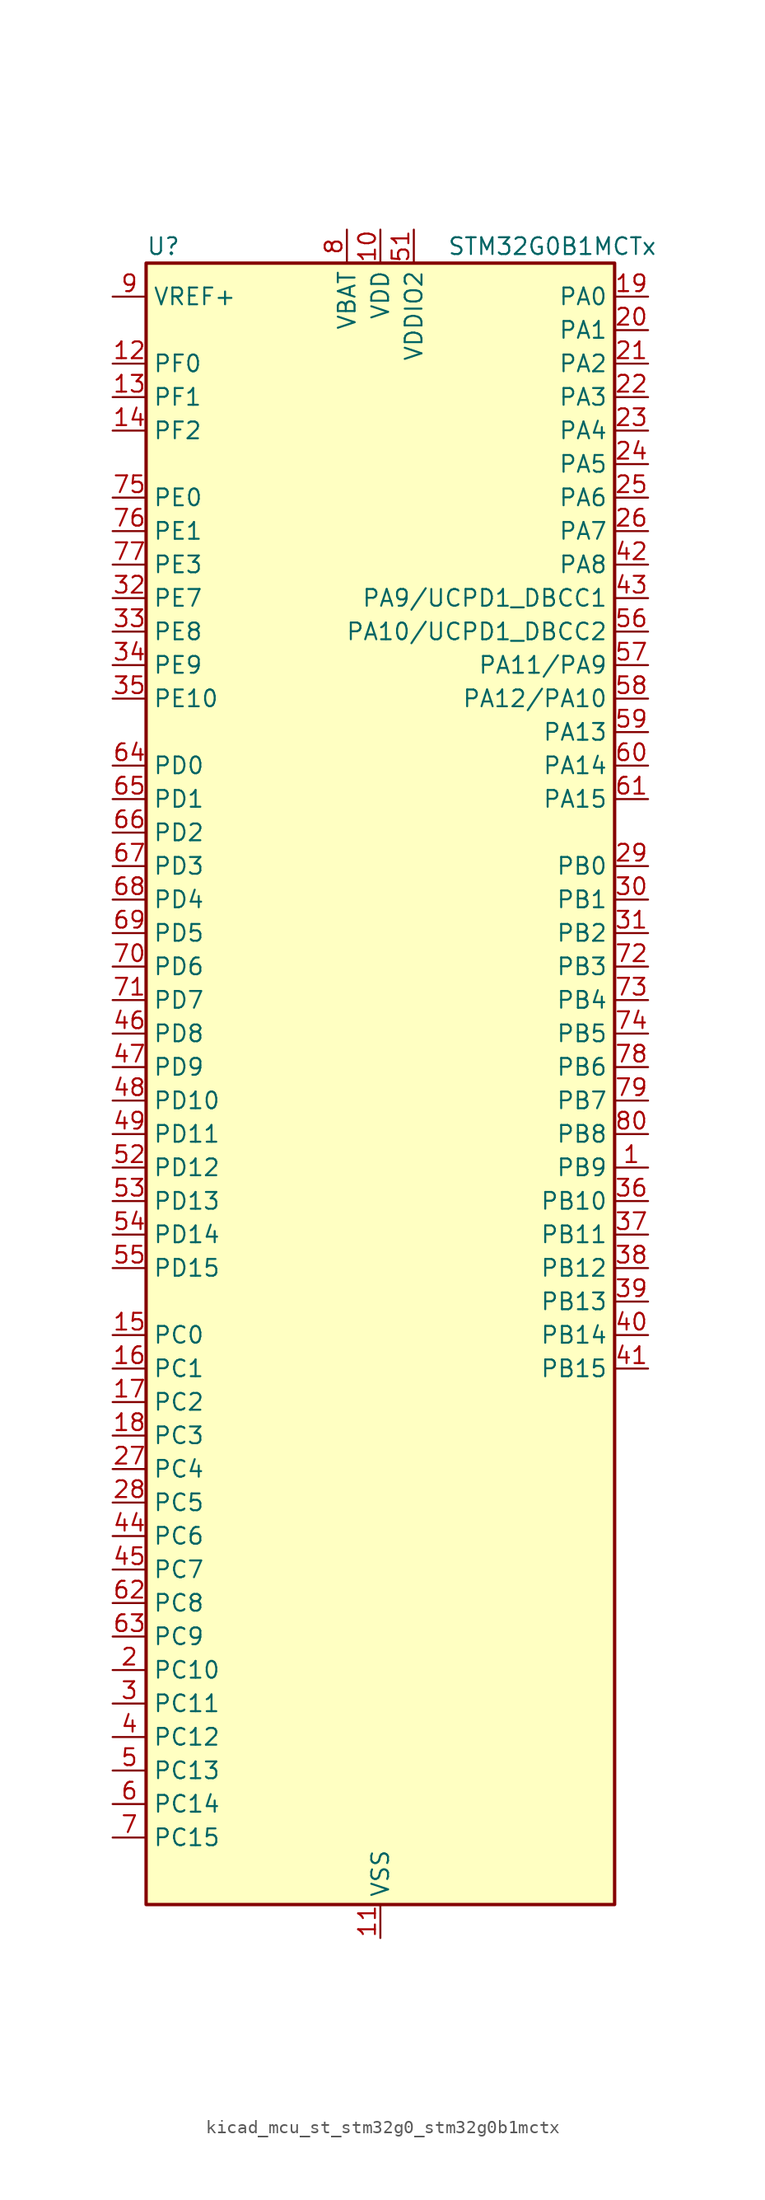
<source format=kicad_sym>
(kicad_symbol_lib
  (version 20220914)
  (generator kicad_symbol_editor)
  (symbol "kicad_mcu_st_stm32g0_stm32g0b1mctx"
    (property "Reference" "U"
      (at -17.78 64.77 0)
      (effects (font (size 1.27 1.27)) (justify left)))
    (property "Value" "STM32G0B1MCTx"
      (at 5.08 64.77 0)
      (effects (font (size 1.27 1.27)) (justify left)))
    (property "ki_locked" ""
      (at 0 0 0)
      (effects (font (size 1.27 1.27))))
    (symbol "kicad_mcu_st_stm32g0_stm32g0b1mctx_0_1"
      (rectangle (start -17.78 -60.96) (end 17.78 63.5) (stroke (width 0.254) (type default)) (fill (type background))))
    (symbol "kicad_mcu_st_stm32g0_stm32g0b1mctx_1_1"
      (pin bidirectional line (at 20.32 -5.08 180) (length 2.54) (name "PB9" (effects (font (size 1.27 1.27)))) (number "1" (effects (font (size 1.27 1.27)))) (alternate "DAC1_EXTI9" bidirectional line) (alternate "FDCAN1_TX" bidirectional line) (alternate "I2C1_SDA" bidirectional line) (alternate "I2S2_WS" bidirectional line) (alternate "IR_OUT" bidirectional line) (alternate "SPI2_NSS" bidirectional line) (alternate "TIM17_CH1" bidirectional line) (alternate "TIM4_CH4" bidirectional line) (alternate "UCPD2_FRSTX1" bidirectional line) (alternate "UCPD2_FRSTX2" bidirectional line) (alternate "USART3_RX" bidirectional line) (alternate "USART6_RX" bidirectional line))
      (pin power_in line (at 0 66.04 270) (length 2.54) (name "VDD" (effects (font (size 1.27 1.27)))) (number "10" (effects (font (size 1.27 1.27)))))
      (pin power_in line (at 0 -63.5 90) (length 2.54) (name "VSS" (effects (font (size 1.27 1.27)))) (number "11" (effects (font (size 1.27 1.27)))))
      (pin bidirectional line (at -20.32 55.88 0) (length 2.54) (name "PF0" (effects (font (size 1.27 1.27)))) (number "12" (effects (font (size 1.27 1.27)))) (alternate "CRS1_SYNC" bidirectional line) (alternate "RCC_OSC_IN" bidirectional line) (alternate "TIM14_CH1" bidirectional line))
      (pin bidirectional line (at -20.32 53.34 0) (length 2.54) (name "PF1" (effects (font (size 1.27 1.27)))) (number "13" (effects (font (size 1.27 1.27)))) (alternate "RCC_OSC_EN" bidirectional line) (alternate "RCC_OSC_OUT" bidirectional line) (alternate "TIM15_CH1N" bidirectional line))
      (pin bidirectional line (at -20.32 50.8 0) (length 2.54) (name "PF2" (effects (font (size 1.27 1.27)))) (number "14" (effects (font (size 1.27 1.27)))) (alternate "LPUART2_DE" bidirectional line) (alternate "LPUART2_RTS" bidirectional line) (alternate "LPUART2_TX" bidirectional line) (alternate "RCC_MCO" bidirectional line))
      (pin bidirectional line (at -20.32 -17.78 0) (length 2.54) (name "PC0" (effects (font (size 1.27 1.27)))) (number "15" (effects (font (size 1.27 1.27)))) (alternate "COMP3_INM" bidirectional line) (alternate "COMP3_OUT" bidirectional line) (alternate "I2C3_SCL" bidirectional line) (alternate "LPTIM1_IN1" bidirectional line) (alternate "LPTIM2_IN1" bidirectional line) (alternate "LPUART1_RX" bidirectional line) (alternate "LPUART2_TX" bidirectional line) (alternate "USART6_TX" bidirectional line))
      (pin bidirectional line (at -20.32 -20.32 0) (length 2.54) (name "PC1" (effects (font (size 1.27 1.27)))) (number "16" (effects (font (size 1.27 1.27)))) (alternate "COMP3_INP" bidirectional line) (alternate "I2C3_SDA" bidirectional line) (alternate "LPTIM1_OUT" bidirectional line) (alternate "LPUART1_TX" bidirectional line) (alternate "LPUART2_RX" bidirectional line) (alternate "TIM15_CH1" bidirectional line) (alternate "USART6_RX" bidirectional line))
      (pin bidirectional line (at -20.32 -22.86 0) (length 2.54) (name "PC2" (effects (font (size 1.27 1.27)))) (number "17" (effects (font (size 1.27 1.27)))) (alternate "COMP3_OUT" bidirectional line) (alternate "FDCAN2_RX" bidirectional line) (alternate "I2S2_MCK" bidirectional line) (alternate "LPTIM1_IN2" bidirectional line) (alternate "SPI2_MISO" bidirectional line) (alternate "TIM15_CH2" bidirectional line))
      (pin bidirectional line (at -20.32 -25.4 0) (length 2.54) (name "PC3" (effects (font (size 1.27 1.27)))) (number "18" (effects (font (size 1.27 1.27)))) (alternate "FDCAN2_TX" bidirectional line) (alternate "I2S2_SD" bidirectional line) (alternate "LPTIM1_ETR" bidirectional line) (alternate "LPTIM2_ETR" bidirectional line) (alternate "SPI2_MOSI" bidirectional line))
      (pin bidirectional line (at 20.32 60.96 180) (length 2.54) (name "PA0" (effects (font (size 1.27 1.27)))) (number "19" (effects (font (size 1.27 1.27)))) (alternate "ADC1_IN0" bidirectional line) (alternate "COMP1_INM" bidirectional line) (alternate "COMP1_OUT" bidirectional line) (alternate "I2S2_CK" bidirectional line) (alternate "LPTIM1_OUT" bidirectional line) (alternate "RTC_TAMP_IN2" bidirectional line) (alternate "SPI2_SCK" bidirectional line) (alternate "SYS_WKUP1" bidirectional line) (alternate "TIM2_CH1" bidirectional line) (alternate "TIM2_ETR" bidirectional line) (alternate "UCPD2_FRSTX1" bidirectional line) (alternate "UCPD2_FRSTX2" bidirectional line) (alternate "USART2_CTS" bidirectional line) (alternate "USART2_NSS" bidirectional line) (alternate "USART4_TX" bidirectional line))
      (pin bidirectional line (at -20.32 -43.18 0) (length 2.54) (name "PC10" (effects (font (size 1.27 1.27)))) (number "2" (effects (font (size 1.27 1.27)))) (alternate "SPI3_SCK" bidirectional line) (alternate "TIM1_CH3" bidirectional line) (alternate "USART3_TX" bidirectional line) (alternate "USART4_TX" bidirectional line))
      (pin bidirectional line (at 20.32 58.42 180) (length 2.54) (name "PA1" (effects (font (size 1.27 1.27)))) (number "20" (effects (font (size 1.27 1.27)))) (alternate "ADC1_IN1" bidirectional line) (alternate "COMP1_INP" bidirectional line) (alternate "I2C1_SMBA" bidirectional line) (alternate "I2S1_CK" bidirectional line) (alternate "SPI1_SCK" bidirectional line) (alternate "TIM15_CH1N" bidirectional line) (alternate "TIM2_CH2" bidirectional line) (alternate "USART2_CK" bidirectional line) (alternate "USART2_DE" bidirectional line) (alternate "USART2_RTS" bidirectional line) (alternate "USART4_RX" bidirectional line))
      (pin bidirectional line (at 20.32 55.88 180) (length 2.54) (name "PA2" (effects (font (size 1.27 1.27)))) (number "21" (effects (font (size 1.27 1.27)))) (alternate "ADC1_IN2" bidirectional line) (alternate "COMP2_INM" bidirectional line) (alternate "COMP2_OUT" bidirectional line) (alternate "I2S1_SD" bidirectional line) (alternate "LPUART1_TX" bidirectional line) (alternate "RCC_LSCO" bidirectional line) (alternate "SPI1_MOSI" bidirectional line) (alternate "SYS_WKUP4" bidirectional line) (alternate "TIM15_CH1" bidirectional line) (alternate "TIM2_CH3" bidirectional line) (alternate "UCPD1_FRSTX1" bidirectional line) (alternate "UCPD1_FRSTX2" bidirectional line) (alternate "USART2_TX" bidirectional line))
      (pin bidirectional line (at 20.32 53.34 180) (length 2.54) (name "PA3" (effects (font (size 1.27 1.27)))) (number "22" (effects (font (size 1.27 1.27)))) (alternate "ADC1_IN3" bidirectional line) (alternate "COMP2_INP" bidirectional line) (alternate "I2S2_MCK" bidirectional line) (alternate "LPUART1_RX" bidirectional line) (alternate "SPI2_MISO" bidirectional line) (alternate "TIM15_CH2" bidirectional line) (alternate "TIM2_CH4" bidirectional line) (alternate "UCPD2_FRSTX1" bidirectional line) (alternate "UCPD2_FRSTX2" bidirectional line) (alternate "USART2_RX" bidirectional line))
      (pin bidirectional line (at 20.32 50.8 180) (length 2.54) (name "PA4" (effects (font (size 1.27 1.27)))) (number "23" (effects (font (size 1.27 1.27)))) (alternate "ADC1_IN4" bidirectional line) (alternate "DAC1_OUT1" bidirectional line) (alternate "I2S1_WS" bidirectional line) (alternate "I2S2_SD" bidirectional line) (alternate "LPTIM2_OUT" bidirectional line) (alternate "RTC_OUT2" bidirectional line) (alternate "SPI1_NSS" bidirectional line) (alternate "SPI2_MOSI" bidirectional line) (alternate "SPI3_NSS" bidirectional line) (alternate "TIM14_CH1" bidirectional line) (alternate "UCPD2_FRSTX1" bidirectional line) (alternate "UCPD2_FRSTX2" bidirectional line) (alternate "USART6_TX" bidirectional line) (alternate "USB_NOE" bidirectional line))
      (pin bidirectional line (at 20.32 48.26 180) (length 2.54) (name "PA5" (effects (font (size 1.27 1.27)))) (number "24" (effects (font (size 1.27 1.27)))) (alternate "ADC1_IN5" bidirectional line) (alternate "CEC" bidirectional line) (alternate "DAC1_OUT2" bidirectional line) (alternate "I2S1_CK" bidirectional line) (alternate "LPTIM2_ETR" bidirectional line) (alternate "SPI1_SCK" bidirectional line) (alternate "TIM2_CH1" bidirectional line) (alternate "TIM2_ETR" bidirectional line) (alternate "UCPD1_FRSTX1" bidirectional line) (alternate "UCPD1_FRSTX2" bidirectional line) (alternate "USART3_TX" bidirectional line) (alternate "USART6_RX" bidirectional line))
      (pin bidirectional line (at 20.32 45.72 180) (length 2.54) (name "PA6" (effects (font (size 1.27 1.27)))) (number "25" (effects (font (size 1.27 1.27)))) (alternate "ADC1_IN6" bidirectional line) (alternate "COMP1_OUT" bidirectional line) (alternate "I2C2_SDA" bidirectional line) (alternate "I2C3_SDA" bidirectional line) (alternate "I2S1_MCK" bidirectional line) (alternate "LPUART1_CTS" bidirectional line) (alternate "SPI1_MISO" bidirectional line) (alternate "TIM16_CH1" bidirectional line) (alternate "TIM1_BK" bidirectional line) (alternate "TIM3_CH1" bidirectional line) (alternate "USART3_CTS" bidirectional line) (alternate "USART3_NSS" bidirectional line) (alternate "USART6_CTS" bidirectional line) (alternate "USART6_NSS" bidirectional line))
      (pin bidirectional line (at 20.32 43.18 180) (length 2.54) (name "PA7" (effects (font (size 1.27 1.27)))) (number "26" (effects (font (size 1.27 1.27)))) (alternate "ADC1_IN7" bidirectional line) (alternate "COMP2_OUT" bidirectional line) (alternate "I2C2_SCL" bidirectional line) (alternate "I2C3_SCL" bidirectional line) (alternate "I2S1_SD" bidirectional line) (alternate "SPI1_MOSI" bidirectional line) (alternate "TIM14_CH1" bidirectional line) (alternate "TIM17_CH1" bidirectional line) (alternate "TIM1_CH1N" bidirectional line) (alternate "TIM3_CH2" bidirectional line) (alternate "UCPD1_FRSTX1" bidirectional line) (alternate "UCPD1_FRSTX2" bidirectional line) (alternate "USART6_CK" bidirectional line) (alternate "USART6_DE" bidirectional line) (alternate "USART6_RTS" bidirectional line))
      (pin bidirectional line (at -20.32 -27.94 0) (length 2.54) (name "PC4" (effects (font (size 1.27 1.27)))) (number "27" (effects (font (size 1.27 1.27)))) (alternate "ADC1_IN17" bidirectional line) (alternate "COMP1_INM" bidirectional line) (alternate "FDCAN1_RX" bidirectional line) (alternate "TIM2_CH1" bidirectional line) (alternate "TIM2_ETR" bidirectional line) (alternate "USART1_TX" bidirectional line) (alternate "USART3_TX" bidirectional line))
      (pin bidirectional line (at -20.32 -30.48 0) (length 2.54) (name "PC5" (effects (font (size 1.27 1.27)))) (number "28" (effects (font (size 1.27 1.27)))) (alternate "ADC1_IN18" bidirectional line) (alternate "COMP1_INP" bidirectional line) (alternate "FDCAN1_TX" bidirectional line) (alternate "SYS_WKUP5" bidirectional line) (alternate "TIM2_CH2" bidirectional line) (alternate "USART1_RX" bidirectional line) (alternate "USART3_RX" bidirectional line))
      (pin bidirectional line (at 20.32 17.78 180) (length 2.54) (name "PB0" (effects (font (size 1.27 1.27)))) (number "29" (effects (font (size 1.27 1.27)))) (alternate "ADC1_IN8" bidirectional line) (alternate "COMP1_OUT" bidirectional line) (alternate "COMP3_INP" bidirectional line) (alternate "FDCAN2_RX" bidirectional line) (alternate "I2S1_WS" bidirectional line) (alternate "LPTIM1_OUT" bidirectional line) (alternate "LPUART2_CTS" bidirectional line) (alternate "SPI1_NSS" bidirectional line) (alternate "TIM1_CH2N" bidirectional line) (alternate "TIM3_CH3" bidirectional line) (alternate "UCPD1_FRSTX1" bidirectional line) (alternate "UCPD1_FRSTX2" bidirectional line) (alternate "USART3_RX" bidirectional line) (alternate "USART5_TX" bidirectional line))
      (pin bidirectional line (at -20.32 -45.72 0) (length 2.54) (name "PC11" (effects (font (size 1.27 1.27)))) (number "3" (effects (font (size 1.27 1.27)))) (alternate "ADC1_EXTI11" bidirectional line) (alternate "SPI3_MISO" bidirectional line) (alternate "TIM1_CH4" bidirectional line) (alternate "USART3_RX" bidirectional line) (alternate "USART4_RX" bidirectional line))
      (pin bidirectional line (at 20.32 15.24 180) (length 2.54) (name "PB1" (effects (font (size 1.27 1.27)))) (number "30" (effects (font (size 1.27 1.27)))) (alternate "ADC1_IN9" bidirectional line) (alternate "COMP1_INM" bidirectional line) (alternate "COMP3_OUT" bidirectional line) (alternate "FDCAN2_TX" bidirectional line) (alternate "LPTIM2_IN1" bidirectional line) (alternate "LPUART1_DE" bidirectional line) (alternate "LPUART1_RTS" bidirectional line) (alternate "LPUART2_DE" bidirectional line) (alternate "LPUART2_RTS" bidirectional line) (alternate "TIM14_CH1" bidirectional line) (alternate "TIM1_CH3N" bidirectional line) (alternate "TIM3_CH4" bidirectional line) (alternate "USART3_CK" bidirectional line) (alternate "USART3_DE" bidirectional line) (alternate "USART3_RTS" bidirectional line) (alternate "USART5_RX" bidirectional line))
      (pin bidirectional line (at 20.32 12.7 180) (length 2.54) (name "PB2" (effects (font (size 1.27 1.27)))) (number "31" (effects (font (size 1.27 1.27)))) (alternate "ADC1_IN10" bidirectional line) (alternate "COMP1_INP" bidirectional line) (alternate "COMP3_INM" bidirectional line) (alternate "I2S2_MCK" bidirectional line) (alternate "LPTIM1_OUT" bidirectional line) (alternate "RCC_MCO_2" bidirectional line) (alternate "SPI2_MISO" bidirectional line) (alternate "USART3_TX" bidirectional line))
      (pin bidirectional line (at -20.32 38.1 0) (length 2.54) (name "PE7" (effects (font (size 1.27 1.27)))) (number "32" (effects (font (size 1.27 1.27)))) (alternate "COMP3_INP" bidirectional line) (alternate "TIM1_ETR" bidirectional line) (alternate "USART5_CK" bidirectional line) (alternate "USART5_DE" bidirectional line) (alternate "USART5_RTS" bidirectional line))
      (pin bidirectional line (at -20.32 35.56 0) (length 2.54) (name "PE8" (effects (font (size 1.27 1.27)))) (number "33" (effects (font (size 1.27 1.27)))) (alternate "COMP3_INM" bidirectional line) (alternate "TIM1_CH1N" bidirectional line) (alternate "USART4_TX" bidirectional line))
      (pin bidirectional line (at -20.32 33.02 0) (length 2.54) (name "PE9" (effects (font (size 1.27 1.27)))) (number "34" (effects (font (size 1.27 1.27)))) (alternate "DAC1_EXTI9" bidirectional line) (alternate "TIM1_CH1" bidirectional line) (alternate "USART4_RX" bidirectional line))
      (pin bidirectional line (at -20.32 30.48 0) (length 2.54) (name "PE10" (effects (font (size 1.27 1.27)))) (number "35" (effects (font (size 1.27 1.27)))) (alternate "TIM1_CH2N" bidirectional line) (alternate "USART5_TX" bidirectional line))
      (pin bidirectional line (at 20.32 -7.62 180) (length 2.54) (name "PB10" (effects (font (size 1.27 1.27)))) (number "36" (effects (font (size 1.27 1.27)))) (alternate "ADC1_IN11" bidirectional line) (alternate "CEC" bidirectional line) (alternate "COMP1_OUT" bidirectional line) (alternate "I2C2_SCL" bidirectional line) (alternate "I2S2_CK" bidirectional line) (alternate "LPUART1_RX" bidirectional line) (alternate "SPI2_SCK" bidirectional line) (alternate "TIM2_CH3" bidirectional line) (alternate "USART3_TX" bidirectional line))
      (pin bidirectional line (at 20.32 -10.16 180) (length 2.54) (name "PB11" (effects (font (size 1.27 1.27)))) (number "37" (effects (font (size 1.27 1.27)))) (alternate "ADC1_EXTI11" bidirectional line) (alternate "ADC1_IN15" bidirectional line) (alternate "COMP2_OUT" bidirectional line) (alternate "I2C2_SDA" bidirectional line) (alternate "I2S2_SD" bidirectional line) (alternate "LPUART1_TX" bidirectional line) (alternate "SPI2_MOSI" bidirectional line) (alternate "TIM2_CH4" bidirectional line) (alternate "USART3_RX" bidirectional line))
      (pin bidirectional line (at 20.32 -12.7 180) (length 2.54) (name "PB12" (effects (font (size 1.27 1.27)))) (number "38" (effects (font (size 1.27 1.27)))) (alternate "ADC1_IN16" bidirectional line) (alternate "FDCAN2_RX" bidirectional line) (alternate "I2C2_SMBA" bidirectional line) (alternate "I2S2_WS" bidirectional line) (alternate "LPUART1_DE" bidirectional line) (alternate "LPUART1_RTS" bidirectional line) (alternate "SPI2_NSS" bidirectional line) (alternate "TIM15_BK" bidirectional line) (alternate "TIM1_BK" bidirectional line) (alternate "UCPD2_FRSTX1" bidirectional line) (alternate "UCPD2_FRSTX2" bidirectional line))
      (pin bidirectional line (at 20.32 -15.24 180) (length 2.54) (name "PB13" (effects (font (size 1.27 1.27)))) (number "39" (effects (font (size 1.27 1.27)))) (alternate "FDCAN2_TX" bidirectional line) (alternate "I2C2_SCL" bidirectional line) (alternate "I2S2_CK" bidirectional line) (alternate "LPUART1_CTS" bidirectional line) (alternate "SPI2_SCK" bidirectional line) (alternate "TIM15_CH1N" bidirectional line) (alternate "TIM1_CH1N" bidirectional line) (alternate "USART3_CTS" bidirectional line) (alternate "USART3_NSS" bidirectional line))
      (pin bidirectional line (at -20.32 -48.26 0) (length 2.54) (name "PC12" (effects (font (size 1.27 1.27)))) (number "4" (effects (font (size 1.27 1.27)))) (alternate "LPTIM1_IN1" bidirectional line) (alternate "SPI3_MOSI" bidirectional line) (alternate "TIM14_CH1" bidirectional line) (alternate "UCPD1_FRSTX1" bidirectional line) (alternate "UCPD1_FRSTX2" bidirectional line) (alternate "USART5_TX" bidirectional line))
      (pin bidirectional line (at 20.32 -17.78 180) (length 2.54) (name "PB14" (effects (font (size 1.27 1.27)))) (number "40" (effects (font (size 1.27 1.27)))) (alternate "I2C2_SDA" bidirectional line) (alternate "I2S2_MCK" bidirectional line) (alternate "SPI2_MISO" bidirectional line) (alternate "TIM15_CH1" bidirectional line) (alternate "TIM1_CH2N" bidirectional line) (alternate "UCPD1_FRSTX1" bidirectional line) (alternate "UCPD1_FRSTX2" bidirectional line) (alternate "USART3_CK" bidirectional line) (alternate "USART3_DE" bidirectional line) (alternate "USART3_RTS" bidirectional line) (alternate "USART6_CK" bidirectional line) (alternate "USART6_DE" bidirectional line) (alternate "USART6_RTS" bidirectional line))
      (pin bidirectional line (at 20.32 -20.32 180) (length 2.54) (name "PB15" (effects (font (size 1.27 1.27)))) (number "41" (effects (font (size 1.27 1.27)))) (alternate "I2S2_SD" bidirectional line) (alternate "RTC_REFIN" bidirectional line) (alternate "SPI2_MOSI" bidirectional line) (alternate "TIM15_CH1N" bidirectional line) (alternate "TIM15_CH2" bidirectional line) (alternate "TIM1_CH3N" bidirectional line) (alternate "UCPD1_CC2" bidirectional line) (alternate "USART6_CTS" bidirectional line) (alternate "USART6_NSS" bidirectional line))
      (pin bidirectional line (at 20.32 40.64 180) (length 2.54) (name "PA8" (effects (font (size 1.27 1.27)))) (number "42" (effects (font (size 1.27 1.27)))) (alternate "CRS1_SYNC" bidirectional line) (alternate "I2C2_SMBA" bidirectional line) (alternate "I2S2_WS" bidirectional line) (alternate "LPTIM2_OUT" bidirectional line) (alternate "RCC_MCO" bidirectional line) (alternate "SPI2_NSS" bidirectional line) (alternate "TIM1_CH1" bidirectional line) (alternate "UCPD1_CC1" bidirectional line))
      (pin bidirectional line (at 20.32 38.1 180) (length 2.54) (name "PA9/UCPD1_DBCC1" (effects (font (size 1.27 1.27)))) (number "43" (effects (font (size 1.27 1.27)))) (alternate "DAC1_EXTI9" bidirectional line) (alternate "I2C1_SCL" bidirectional line) (alternate "I2C2_SCL" bidirectional line) (alternate "I2S2_MCK" bidirectional line) (alternate "RCC_MCO" bidirectional line) (alternate "SPI2_MISO" bidirectional line) (alternate "TIM15_BK" bidirectional line) (alternate "TIM1_CH2" bidirectional line) (alternate "UCPD1_DBCC1" bidirectional line) (alternate "USART1_TX" bidirectional line))
      (pin bidirectional line (at -20.32 -33.02 0) (length 2.54) (name "PC6" (effects (font (size 1.27 1.27)))) (number "44" (effects (font (size 1.27 1.27)))) (alternate "LPUART2_TX" bidirectional line) (alternate "TIM2_CH3" bidirectional line) (alternate "TIM3_CH1" bidirectional line) (alternate "UCPD1_FRSTX1" bidirectional line) (alternate "UCPD1_FRSTX2" bidirectional line))
      (pin bidirectional line (at -20.32 -35.56 0) (length 2.54) (name "PC7" (effects (font (size 1.27 1.27)))) (number "45" (effects (font (size 1.27 1.27)))) (alternate "LPUART2_RX" bidirectional line) (alternate "TIM2_CH4" bidirectional line) (alternate "TIM3_CH2" bidirectional line) (alternate "UCPD2_FRSTX1" bidirectional line) (alternate "UCPD2_FRSTX2" bidirectional line))
      (pin bidirectional line (at -20.32 5.08 0) (length 2.54) (name "PD8" (effects (font (size 1.27 1.27)))) (number "46" (effects (font (size 1.27 1.27)))) (alternate "I2S1_CK" bidirectional line) (alternate "LPTIM1_OUT" bidirectional line) (alternate "SPI1_SCK" bidirectional line) (alternate "USART3_TX" bidirectional line))
      (pin bidirectional line (at -20.32 2.54 0) (length 2.54) (name "PD9" (effects (font (size 1.27 1.27)))) (number "47" (effects (font (size 1.27 1.27)))) (alternate "DAC1_EXTI9" bidirectional line) (alternate "I2S1_WS" bidirectional line) (alternate "SPI1_NSS" bidirectional line) (alternate "TIM1_BK2" bidirectional line) (alternate "USART3_RX" bidirectional line))
      (pin bidirectional line (at -20.32 0 0) (length 2.54) (name "PD10" (effects (font (size 1.27 1.27)))) (number "48" (effects (font (size 1.27 1.27)))) (alternate "RCC_MCO" bidirectional line))
      (pin bidirectional line (at -20.32 -2.54 0) (length 2.54) (name "PD11" (effects (font (size 1.27 1.27)))) (number "49" (effects (font (size 1.27 1.27)))) (alternate "ADC1_EXTI11" bidirectional line) (alternate "LPTIM2_ETR" bidirectional line) (alternate "USART3_CTS" bidirectional line) (alternate "USART3_NSS" bidirectional line))
      (pin bidirectional line (at -20.32 -50.8 0) (length 2.54) (name "PC13" (effects (font (size 1.27 1.27)))) (number "5" (effects (font (size 1.27 1.27)))) (alternate "RTC_OUT1" bidirectional line) (alternate "RTC_TAMP_IN1" bidirectional line) (alternate "RTC_TS" bidirectional line) (alternate "SYS_WKUP2" bidirectional line) (alternate "TIM1_BK" bidirectional line))
      (pin passive line (at 0 -63.5 90) (length 2.54) hide (name "VSS" (effects (font (size 1.27 1.27)))) (number "50" (effects (font (size 1.27 1.27)))))
      (pin power_in line (at 2.54 66.04 270) (length 2.54) (name "VDDIO2" (effects (font (size 1.27 1.27)))) (number "51" (effects (font (size 1.27 1.27)))))
      (pin bidirectional line (at -20.32 -5.08 0) (length 2.54) (name "PD12" (effects (font (size 1.27 1.27)))) (number "52" (effects (font (size 1.27 1.27)))) (alternate "FDCAN1_RX" bidirectional line) (alternate "LPTIM2_IN1" bidirectional line) (alternate "TIM4_CH1" bidirectional line) (alternate "USART3_CK" bidirectional line) (alternate "USART3_DE" bidirectional line) (alternate "USART3_RTS" bidirectional line))
      (pin bidirectional line (at -20.32 -7.62 0) (length 2.54) (name "PD13" (effects (font (size 1.27 1.27)))) (number "53" (effects (font (size 1.27 1.27)))) (alternate "FDCAN1_TX" bidirectional line) (alternate "LPTIM2_OUT" bidirectional line) (alternate "TIM4_CH2" bidirectional line))
      (pin bidirectional line (at -20.32 -10.16 0) (length 2.54) (name "PD14" (effects (font (size 1.27 1.27)))) (number "54" (effects (font (size 1.27 1.27)))) (alternate "FDCAN2_RX" bidirectional line) (alternate "LPUART2_CTS" bidirectional line) (alternate "TIM4_CH3" bidirectional line))
      (pin bidirectional line (at -20.32 -12.7 0) (length 2.54) (name "PD15" (effects (font (size 1.27 1.27)))) (number "55" (effects (font (size 1.27 1.27)))) (alternate "CRS1_SYNC" bidirectional line) (alternate "FDCAN2_TX" bidirectional line) (alternate "LPUART2_DE" bidirectional line) (alternate "LPUART2_RTS" bidirectional line) (alternate "TIM4_CH4" bidirectional line))
      (pin bidirectional line (at 20.32 35.56 180) (length 2.54) (name "PA10/UCPD1_DBCC2" (effects (font (size 1.27 1.27)))) (number "56" (effects (font (size 1.27 1.27)))) (alternate "I2C1_SDA" bidirectional line) (alternate "I2C2_SDA" bidirectional line) (alternate "I2S2_SD" bidirectional line) (alternate "RCC_MCO_2" bidirectional line) (alternate "SPI2_MOSI" bidirectional line) (alternate "TIM17_BK" bidirectional line) (alternate "TIM1_CH3" bidirectional line) (alternate "UCPD1_DBCC2" bidirectional line) (alternate "USART1_RX" bidirectional line))
      (pin bidirectional line (at 20.32 33.02 180) (length 2.54) (name "PA11/PA9" (effects (font (size 1.27 1.27)))) (number "57" (effects (font (size 1.27 1.27)))) (alternate "ADC1_EXTI11" bidirectional line) (alternate "COMP1_OUT" bidirectional line) (alternate "FDCAN1_RX" bidirectional line) (alternate "I2C2_SCL" bidirectional line) (alternate "I2S1_MCK" bidirectional line) (alternate "SPI1_MISO" bidirectional line) (alternate "TIM1_BK2" bidirectional line) (alternate "TIM1_CH4" bidirectional line) (alternate "USART1_CTS" bidirectional line) (alternate "USART1_NSS" bidirectional line) (alternate "USB_DM" bidirectional line))
      (pin bidirectional line (at 20.32 30.48 180) (length 2.54) (name "PA12/PA10" (effects (font (size 1.27 1.27)))) (number "58" (effects (font (size 1.27 1.27)))) (alternate "COMP2_OUT" bidirectional line) (alternate "FDCAN1_TX" bidirectional line) (alternate "I2C2_SDA" bidirectional line) (alternate "I2S1_SD" bidirectional line) (alternate "I2S_CKIN" bidirectional line) (alternate "SPI1_MOSI" bidirectional line) (alternate "TIM1_ETR" bidirectional line) (alternate "USART1_CK" bidirectional line) (alternate "USART1_DE" bidirectional line) (alternate "USART1_RTS" bidirectional line) (alternate "USB_DP" bidirectional line))
      (pin bidirectional line (at 20.32 27.94 180) (length 2.54) (name "PA13" (effects (font (size 1.27 1.27)))) (number "59" (effects (font (size 1.27 1.27)))) (alternate "IR_OUT" bidirectional line) (alternate "LPUART2_RX" bidirectional line) (alternate "SYS_SWDIO" bidirectional line) (alternate "USB_NOE" bidirectional line))
      (pin bidirectional line (at -20.32 -53.34 0) (length 2.54) (name "PC14" (effects (font (size 1.27 1.27)))) (number "6" (effects (font (size 1.27 1.27)))) (alternate "RCC_OSC32_IN" bidirectional line) (alternate "TIM1_BK2" bidirectional line))
      (pin bidirectional line (at 20.32 25.4 180) (length 2.54) (name "PA14" (effects (font (size 1.27 1.27)))) (number "60" (effects (font (size 1.27 1.27)))) (alternate "LPUART2_TX" bidirectional line) (alternate "SYS_SWCLK" bidirectional line) (alternate "USART2_TX" bidirectional line))
      (pin bidirectional line (at 20.32 22.86 180) (length 2.54) (name "PA15" (effects (font (size 1.27 1.27)))) (number "61" (effects (font (size 1.27 1.27)))) (alternate "I2C2_SMBA" bidirectional line) (alternate "I2S1_WS" bidirectional line) (alternate "RCC_MCO_2" bidirectional line) (alternate "SPI1_NSS" bidirectional line) (alternate "SPI3_NSS" bidirectional line) (alternate "TIM2_CH1" bidirectional line) (alternate "TIM2_ETR" bidirectional line) (alternate "USART2_RX" bidirectional line) (alternate "USART3_CK" bidirectional line) (alternate "USART3_DE" bidirectional line) (alternate "USART3_RTS" bidirectional line) (alternate "USART4_CK" bidirectional line) (alternate "USART4_DE" bidirectional line) (alternate "USART4_RTS" bidirectional line) (alternate "USB_NOE" bidirectional line))
      (pin bidirectional line (at -20.32 -38.1 0) (length 2.54) (name "PC8" (effects (font (size 1.27 1.27)))) (number "62" (effects (font (size 1.27 1.27)))) (alternate "LPUART2_CTS" bidirectional line) (alternate "TIM1_CH1" bidirectional line) (alternate "TIM3_CH3" bidirectional line) (alternate "UCPD2_FRSTX1" bidirectional line) (alternate "UCPD2_FRSTX2" bidirectional line))
      (pin bidirectional line (at -20.32 -40.64 0) (length 2.54) (name "PC9" (effects (font (size 1.27 1.27)))) (number "63" (effects (font (size 1.27 1.27)))) (alternate "DAC1_EXTI9" bidirectional line) (alternate "I2S_CKIN" bidirectional line) (alternate "LPUART2_DE" bidirectional line) (alternate "LPUART2_RTS" bidirectional line) (alternate "TIM1_CH2" bidirectional line) (alternate "TIM3_CH4" bidirectional line) (alternate "USB_NOE" bidirectional line))
      (pin bidirectional line (at -20.32 25.4 0) (length 2.54) (name "PD0" (effects (font (size 1.27 1.27)))) (number "64" (effects (font (size 1.27 1.27)))) (alternate "FDCAN1_RX" bidirectional line) (alternate "I2S2_WS" bidirectional line) (alternate "SPI2_NSS" bidirectional line) (alternate "TIM16_CH1" bidirectional line) (alternate "UCPD2_CC1" bidirectional line))
      (pin bidirectional line (at -20.32 22.86 0) (length 2.54) (name "PD1" (effects (font (size 1.27 1.27)))) (number "65" (effects (font (size 1.27 1.27)))) (alternate "FDCAN1_TX" bidirectional line) (alternate "I2S2_CK" bidirectional line) (alternate "SPI2_SCK" bidirectional line) (alternate "TIM17_CH1" bidirectional line) (alternate "UCPD2_DBCC1" bidirectional line))
      (pin bidirectional line (at -20.32 20.32 0) (length 2.54) (name "PD2" (effects (font (size 1.27 1.27)))) (number "66" (effects (font (size 1.27 1.27)))) (alternate "TIM1_CH1N" bidirectional line) (alternate "TIM3_ETR" bidirectional line) (alternate "UCPD2_CC2" bidirectional line) (alternate "USART3_CK" bidirectional line) (alternate "USART3_DE" bidirectional line) (alternate "USART3_RTS" bidirectional line) (alternate "USART5_RX" bidirectional line))
      (pin bidirectional line (at -20.32 17.78 0) (length 2.54) (name "PD3" (effects (font (size 1.27 1.27)))) (number "67" (effects (font (size 1.27 1.27)))) (alternate "I2S2_MCK" bidirectional line) (alternate "SPI2_MISO" bidirectional line) (alternate "TIM1_CH2N" bidirectional line) (alternate "UCPD2_DBCC2" bidirectional line) (alternate "USART2_CTS" bidirectional line) (alternate "USART2_NSS" bidirectional line) (alternate "USART5_TX" bidirectional line))
      (pin bidirectional line (at -20.32 15.24 0) (length 2.54) (name "PD4" (effects (font (size 1.27 1.27)))) (number "68" (effects (font (size 1.27 1.27)))) (alternate "I2S2_SD" bidirectional line) (alternate "SPI2_MOSI" bidirectional line) (alternate "TIM1_CH3N" bidirectional line) (alternate "USART2_CK" bidirectional line) (alternate "USART2_DE" bidirectional line) (alternate "USART2_RTS" bidirectional line) (alternate "USART5_CK" bidirectional line) (alternate "USART5_DE" bidirectional line) (alternate "USART5_RTS" bidirectional line))
      (pin bidirectional line (at -20.32 12.7 0) (length 2.54) (name "PD5" (effects (font (size 1.27 1.27)))) (number "69" (effects (font (size 1.27 1.27)))) (alternate "I2S1_MCK" bidirectional line) (alternate "SPI1_MISO" bidirectional line) (alternate "TIM1_BK" bidirectional line) (alternate "USART2_TX" bidirectional line) (alternate "USART5_CTS" bidirectional line) (alternate "USART5_NSS" bidirectional line))
      (pin bidirectional line (at -20.32 -55.88 0) (length 2.54) (name "PC15" (effects (font (size 1.27 1.27)))) (number "7" (effects (font (size 1.27 1.27)))) (alternate "RCC_OSC32_EN" bidirectional line) (alternate "RCC_OSC32_OUT" bidirectional line) (alternate "RCC_OSC_EN" bidirectional line) (alternate "TIM15_BK" bidirectional line))
      (pin bidirectional line (at -20.32 10.16 0) (length 2.54) (name "PD6" (effects (font (size 1.27 1.27)))) (number "70" (effects (font (size 1.27 1.27)))) (alternate "I2S1_SD" bidirectional line) (alternate "LPTIM2_OUT" bidirectional line) (alternate "SPI1_MOSI" bidirectional line) (alternate "USART2_RX" bidirectional line))
      (pin bidirectional line (at -20.32 7.62 0) (length 2.54) (name "PD7" (effects (font (size 1.27 1.27)))) (number "71" (effects (font (size 1.27 1.27)))) (alternate "RCC_MCO_2" bidirectional line))
      (pin bidirectional line (at 20.32 10.16 180) (length 2.54) (name "PB3" (effects (font (size 1.27 1.27)))) (number "72" (effects (font (size 1.27 1.27)))) (alternate "COMP2_INM" bidirectional line) (alternate "I2C2_SCL" bidirectional line) (alternate "I2C3_SCL" bidirectional line) (alternate "I2S1_CK" bidirectional line) (alternate "SPI1_SCK" bidirectional line) (alternate "SPI3_SCK" bidirectional line) (alternate "TIM1_CH2" bidirectional line) (alternate "TIM2_CH2" bidirectional line) (alternate "USART1_CK" bidirectional line) (alternate "USART1_DE" bidirectional line) (alternate "USART1_RTS" bidirectional line) (alternate "USART5_TX" bidirectional line))
      (pin bidirectional line (at 20.32 7.62 180) (length 2.54) (name "PB4" (effects (font (size 1.27 1.27)))) (number "73" (effects (font (size 1.27 1.27)))) (alternate "COMP2_INP" bidirectional line) (alternate "I2C2_SDA" bidirectional line) (alternate "I2C3_SDA" bidirectional line) (alternate "I2S1_MCK" bidirectional line) (alternate "SPI1_MISO" bidirectional line) (alternate "SPI3_MISO" bidirectional line) (alternate "TIM17_BK" bidirectional line) (alternate "TIM3_CH1" bidirectional line) (alternate "USART1_CTS" bidirectional line) (alternate "USART1_NSS" bidirectional line) (alternate "USART5_RX" bidirectional line))
      (pin bidirectional line (at 20.32 5.08 180) (length 2.54) (name "PB5" (effects (font (size 1.27 1.27)))) (number "74" (effects (font (size 1.27 1.27)))) (alternate "COMP2_OUT" bidirectional line) (alternate "FDCAN2_RX" bidirectional line) (alternate "I2C1_SMBA" bidirectional line) (alternate "I2S1_SD" bidirectional line) (alternate "LPTIM1_IN1" bidirectional line) (alternate "SPI1_MOSI" bidirectional line) (alternate "SPI3_MOSI" bidirectional line) (alternate "SYS_WKUP6" bidirectional line) (alternate "TIM16_BK" bidirectional line) (alternate "TIM3_CH2" bidirectional line) (alternate "USART5_CK" bidirectional line) (alternate "USART5_DE" bidirectional line) (alternate "USART5_RTS" bidirectional line))
      (pin bidirectional line (at -20.32 45.72 0) (length 2.54) (name "PE0" (effects (font (size 1.27 1.27)))) (number "75" (effects (font (size 1.27 1.27)))) (alternate "TIM16_CH1" bidirectional line) (alternate "TIM4_ETR" bidirectional line))
      (pin bidirectional line (at -20.32 43.18 0) (length 2.54) (name "PE1" (effects (font (size 1.27 1.27)))) (number "76" (effects (font (size 1.27 1.27)))) (alternate "TIM17_CH1" bidirectional line))
      (pin bidirectional line (at -20.32 40.64 0) (length 2.54) (name "PE3" (effects (font (size 1.27 1.27)))) (number "77" (effects (font (size 1.27 1.27)))) (alternate "TIM3_CH1" bidirectional line))
      (pin bidirectional line (at 20.32 2.54 180) (length 2.54) (name "PB6" (effects (font (size 1.27 1.27)))) (number "78" (effects (font (size 1.27 1.27)))) (alternate "COMP2_INP" bidirectional line) (alternate "FDCAN2_TX" bidirectional line) (alternate "I2C1_SCL" bidirectional line) (alternate "I2S2_MCK" bidirectional line) (alternate "LPTIM1_ETR" bidirectional line) (alternate "LPUART2_TX" bidirectional line) (alternate "SPI2_MISO" bidirectional line) (alternate "TIM16_CH1N" bidirectional line) (alternate "TIM1_CH3" bidirectional line) (alternate "TIM4_CH1" bidirectional line) (alternate "USART1_TX" bidirectional line) (alternate "USART5_CTS" bidirectional line) (alternate "USART5_NSS" bidirectional line))
      (pin bidirectional line (at 20.32 0 180) (length 2.54) (name "PB7" (effects (font (size 1.27 1.27)))) (number "79" (effects (font (size 1.27 1.27)))) (alternate "COMP2_INM" bidirectional line) (alternate "I2C1_SDA" bidirectional line) (alternate "I2S2_SD" bidirectional line) (alternate "LPTIM1_IN2" bidirectional line) (alternate "LPUART2_RX" bidirectional line) (alternate "SPI2_MOSI" bidirectional line) (alternate "SYS_PVD_IN" bidirectional line) (alternate "TIM17_CH1N" bidirectional line) (alternate "TIM4_CH2" bidirectional line) (alternate "USART1_RX" bidirectional line) (alternate "USART4_CTS" bidirectional line) (alternate "USART4_NSS" bidirectional line))
      (pin power_in line (at -2.54 66.04 270) (length 2.54) (name "VBAT" (effects (font (size 1.27 1.27)))) (number "8" (effects (font (size 1.27 1.27)))))
      (pin bidirectional line (at 20.32 -2.54 180) (length 2.54) (name "PB8" (effects (font (size 1.27 1.27)))) (number "80" (effects (font (size 1.27 1.27)))) (alternate "CEC" bidirectional line) (alternate "FDCAN1_RX" bidirectional line) (alternate "I2C1_SCL" bidirectional line) (alternate "I2S2_CK" bidirectional line) (alternate "SPI2_SCK" bidirectional line) (alternate "TIM15_BK" bidirectional line) (alternate "TIM16_CH1" bidirectional line) (alternate "TIM4_CH3" bidirectional line) (alternate "USART3_TX" bidirectional line) (alternate "USART6_TX" bidirectional line))
      (pin input line (at -20.32 60.96 0) (length 2.54) (name "VREF+" (effects (font (size 1.27 1.27)))) (number "9" (effects (font (size 1.27 1.27)))) (alternate "VREFBUF_OUT" bidirectional line)))))
</source>
